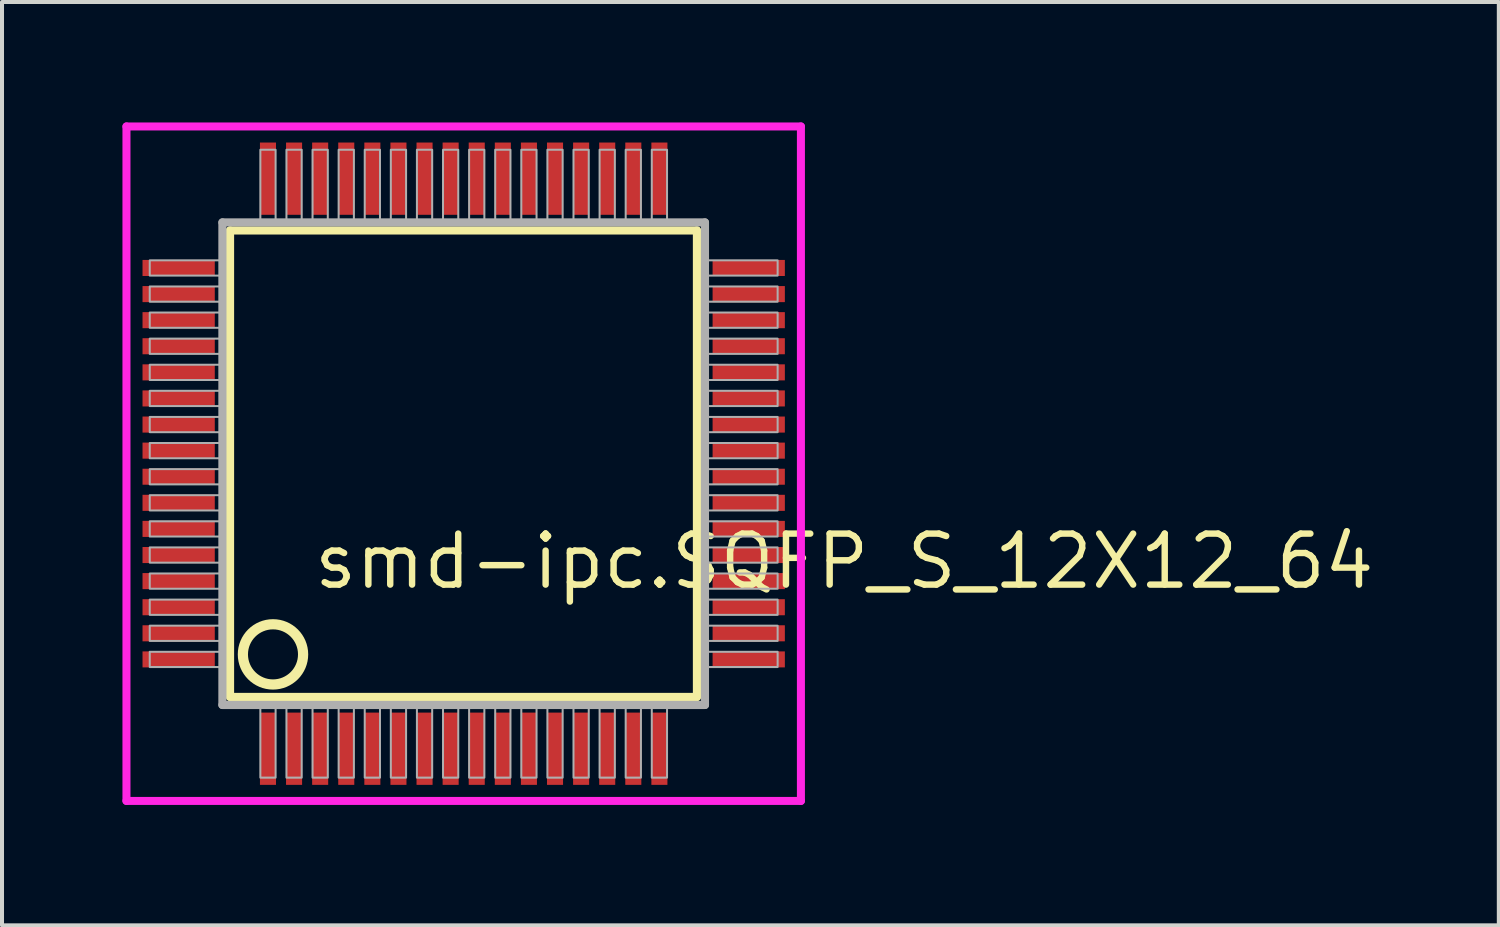
<source format=kicad_pcb>
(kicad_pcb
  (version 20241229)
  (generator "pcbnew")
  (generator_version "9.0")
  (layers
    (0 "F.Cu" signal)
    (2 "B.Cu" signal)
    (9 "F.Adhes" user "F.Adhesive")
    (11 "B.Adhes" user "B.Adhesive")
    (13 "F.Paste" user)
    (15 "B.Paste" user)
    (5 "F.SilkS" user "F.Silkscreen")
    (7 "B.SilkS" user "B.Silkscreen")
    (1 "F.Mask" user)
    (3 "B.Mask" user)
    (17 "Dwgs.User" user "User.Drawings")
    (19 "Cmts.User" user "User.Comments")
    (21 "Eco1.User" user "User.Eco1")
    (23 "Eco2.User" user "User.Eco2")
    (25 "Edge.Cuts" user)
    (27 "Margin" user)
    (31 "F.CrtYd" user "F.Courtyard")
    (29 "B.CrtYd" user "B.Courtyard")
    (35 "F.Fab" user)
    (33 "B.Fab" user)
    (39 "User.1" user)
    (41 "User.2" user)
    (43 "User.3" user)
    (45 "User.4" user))
  (footprint "smd-ipc.SQFP_S_12X12_64"
    (layer "F.Cu")
    (at 8.5 8.5)
    (property "Reference" "smd-ipc.SQFP_S_12X12_64" (at -3.81 3.175 0) (layer "F.SilkS") (effects (font (size 1.27 1.27) (thickness 0.16)) (justify left bottom)))
    (attr smd)
    (fp_line (start -5.82 -5.81) (end 5.81 -5.81) (stroke (width 0.203) (type default)) (layer "F.SilkS"))
    (fp_line (start -5.82 5.81) (end -5.82 -5.81) (stroke (width 0.203) (type default)) (layer "F.SilkS"))
    (fp_line (start 5.81 -5.81) (end 5.81 5.81) (stroke (width 0.203) (type default)) (layer "F.SilkS"))
    (fp_line (start 5.81 5.81) (end -5.82 5.81) (stroke (width 0.203) (type default)) (layer "F.SilkS"))
    (fp_circle (center -4.75 4.75) (end -4 4.75) (stroke (width 0.254) (type default)) (fill no) (layer "F.SilkS"))
    (fp_line (start -8.4 -8.4) (end 8.4 -8.4) (stroke (width 0.2) (type default)) (layer "F.CrtYd"))
    (fp_line (start -8.4 8.4) (end -8.4 -8.4) (stroke (width 0.2) (type default)) (layer "F.CrtYd"))
    (fp_line (start 8.4 -8.4) (end 8.4 8.4) (stroke (width 0.2) (type default)) (layer "F.CrtYd"))
    (fp_line (start 8.4 8.4) (end -8.4 8.4) (stroke (width 0.2) (type default)) (layer "F.CrtYd"))
    (fp_line (start -6.01 -6.01) (end -6.01 6.01) (stroke (width 0.203) (type default)) (layer "F.Fab"))
    (fp_line (start -6.01 6.01) (end 6.01 6.01) (stroke (width 0.203) (type default)) (layer "F.Fab"))
    (fp_line (start 6.01 -6.01) (end -6.01 -6.01) (stroke (width 0.203) (type default)) (layer "F.Fab"))
    (fp_line (start 6.01 6.01) (end 6.01 -6.01) (stroke (width 0.203) (type default)) (layer "F.Fab"))
    (fp_rect (start -7.82 -4.685) (end -6.05 -5.065) (stroke (width 0.05) (type default)) (fill no) (layer "F.Fab"))
    (fp_rect (start -7.82 -4.035) (end -6.05 -4.415) (stroke (width 0.05) (type default)) (fill no) (layer "F.Fab"))
    (fp_rect (start -7.82 -3.385) (end -6.05 -3.765) (stroke (width 0.05) (type default)) (fill no) (layer "F.Fab"))
    (fp_rect (start -7.82 -2.735) (end -6.05 -3.115) (stroke (width 0.05) (type default)) (fill no) (layer "F.Fab"))
    (fp_rect (start -7.82 -2.085) (end -6.05 -2.465) (stroke (width 0.05) (type default)) (fill no) (layer "F.Fab"))
    (fp_rect (start -7.82 -1.435) (end -6.05 -1.815) (stroke (width 0.05) (type default)) (fill no) (layer "F.Fab"))
    (fp_rect (start -7.82 -0.785) (end -6.05 -1.165) (stroke (width 0.05) (type default)) (fill no) (layer "F.Fab"))
    (fp_rect (start -7.82 -0.135) (end -6.05 -0.515) (stroke (width 0.05) (type default)) (fill no) (layer "F.Fab"))
    (fp_rect (start -7.82 0.515) (end -6.05 0.135) (stroke (width 0.05) (type default)) (fill no) (layer "F.Fab"))
    (fp_rect (start -7.82 1.165) (end -6.05 0.785) (stroke (width 0.05) (type default)) (fill no) (layer "F.Fab"))
    (fp_rect (start -7.82 1.815) (end -6.05 1.435) (stroke (width 0.05) (type default)) (fill no) (layer "F.Fab"))
    (fp_rect (start -7.82 2.465) (end -6.05 2.085) (stroke (width 0.05) (type default)) (fill no) (layer "F.Fab"))
    (fp_rect (start -7.82 3.115) (end -6.05 2.735) (stroke (width 0.05) (type default)) (fill no) (layer "F.Fab"))
    (fp_rect (start -7.82 3.765) (end -6.05 3.385) (stroke (width 0.05) (type default)) (fill no) (layer "F.Fab"))
    (fp_rect (start -7.82 4.415) (end -6.05 4.035) (stroke (width 0.05) (type default)) (fill no) (layer "F.Fab"))
    (fp_rect (start -7.82 5.065) (end -6.05 4.685) (stroke (width 0.05) (type default)) (fill no) (layer "F.Fab"))
    (fp_rect (start -5.065 -6.05) (end -4.685 -7.82) (stroke (width 0.05) (type default)) (fill no) (layer "F.Fab"))
    (fp_rect (start -5.065 7.82) (end -4.685 6.05) (stroke (width 0.05) (type default)) (fill no) (layer "F.Fab"))
    (fp_rect (start -4.415 -6.05) (end -4.035 -7.82) (stroke (width 0.05) (type default)) (fill no) (layer "F.Fab"))
    (fp_rect (start -4.415 7.82) (end -4.035 6.05) (stroke (width 0.05) (type default)) (fill no) (layer "F.Fab"))
    (fp_rect (start -3.765 -6.05) (end -3.385 -7.82) (stroke (width 0.05) (type default)) (fill no) (layer "F.Fab"))
    (fp_rect (start -3.765 7.82) (end -3.385 6.05) (stroke (width 0.05) (type default)) (fill no) (layer "F.Fab"))
    (fp_rect (start -3.115 -6.05) (end -2.735 -7.82) (stroke (width 0.05) (type default)) (fill no) (layer "F.Fab"))
    (fp_rect (start -3.115 7.82) (end -2.735 6.05) (stroke (width 0.05) (type default)) (fill no) (layer "F.Fab"))
    (fp_rect (start -2.465 -6.05) (end -2.085 -7.82) (stroke (width 0.05) (type default)) (fill no) (layer "F.Fab"))
    (fp_rect (start -2.465 7.82) (end -2.085 6.05) (stroke (width 0.05) (type default)) (fill no) (layer "F.Fab"))
    (fp_rect (start -1.815 -6.05) (end -1.435 -7.82) (stroke (width 0.05) (type default)) (fill no) (layer "F.Fab"))
    (fp_rect (start -1.815 7.82) (end -1.435 6.05) (stroke (width 0.05) (type default)) (fill no) (layer "F.Fab"))
    (fp_rect (start -1.165 -6.05) (end -0.785 -7.82) (stroke (width 0.05) (type default)) (fill no) (layer "F.Fab"))
    (fp_rect (start -1.165 7.82) (end -0.785 6.05) (stroke (width 0.05) (type default)) (fill no) (layer "F.Fab"))
    (fp_rect (start -0.515 -6.05) (end -0.135 -7.82) (stroke (width 0.05) (type default)) (fill no) (layer "F.Fab"))
    (fp_rect (start -0.515 7.82) (end -0.135 6.05) (stroke (width 0.05) (type default)) (fill no) (layer "F.Fab"))
    (fp_rect (start 0.135 -6.05) (end 0.515 -7.82) (stroke (width 0.05) (type default)) (fill no) (layer "F.Fab"))
    (fp_rect (start 0.135 7.82) (end 0.515 6.05) (stroke (width 0.05) (type default)) (fill no) (layer "F.Fab"))
    (fp_rect (start 0.785 -6.05) (end 1.165 -7.82) (stroke (width 0.05) (type default)) (fill no) (layer "F.Fab"))
    (fp_rect (start 0.785 7.82) (end 1.165 6.05) (stroke (width 0.05) (type default)) (fill no) (layer "F.Fab"))
    (fp_rect (start 1.435 -6.05) (end 1.815 -7.82) (stroke (width 0.05) (type default)) (fill no) (layer "F.Fab"))
    (fp_rect (start 1.435 7.82) (end 1.815 6.05) (stroke (width 0.05) (type default)) (fill no) (layer "F.Fab"))
    (fp_rect (start 2.085 -6.05) (end 2.465 -7.82) (stroke (width 0.05) (type default)) (fill no) (layer "F.Fab"))
    (fp_rect (start 2.085 7.82) (end 2.465 6.05) (stroke (width 0.05) (type default)) (fill no) (layer "F.Fab"))
    (fp_rect (start 2.735 -6.05) (end 3.115 -7.82) (stroke (width 0.05) (type default)) (fill no) (layer "F.Fab"))
    (fp_rect (start 2.735 7.82) (end 3.115 6.05) (stroke (width 0.05) (type default)) (fill no) (layer "F.Fab"))
    (fp_rect (start 3.385 -6.05) (end 3.765 -7.82) (stroke (width 0.05) (type default)) (fill no) (layer "F.Fab"))
    (fp_rect (start 3.385 7.82) (end 3.765 6.05) (stroke (width 0.05) (type default)) (fill no) (layer "F.Fab"))
    (fp_rect (start 4.035 -6.05) (end 4.415 -7.82) (stroke (width 0.05) (type default)) (fill no) (layer "F.Fab"))
    (fp_rect (start 4.035 7.82) (end 4.415 6.05) (stroke (width 0.05) (type default)) (fill no) (layer "F.Fab"))
    (fp_rect (start 4.685 -6.05) (end 5.065 -7.82) (stroke (width 0.05) (type default)) (fill no) (layer "F.Fab"))
    (fp_rect (start 4.685 7.82) (end 5.065 6.05) (stroke (width 0.05) (type default)) (fill no) (layer "F.Fab"))
    (fp_rect (start 6.05 -4.685) (end 7.82 -5.065) (stroke (width 0.05) (type default)) (fill no) (layer "F.Fab"))
    (fp_rect (start 6.05 -4.035) (end 7.82 -4.415) (stroke (width 0.05) (type default)) (fill no) (layer "F.Fab"))
    (fp_rect (start 6.05 -3.385) (end 7.82 -3.765) (stroke (width 0.05) (type default)) (fill no) (layer "F.Fab"))
    (fp_rect (start 6.05 -2.735) (end 7.82 -3.115) (stroke (width 0.05) (type default)) (fill no) (layer "F.Fab"))
    (fp_rect (start 6.05 -2.085) (end 7.82 -2.465) (stroke (width 0.05) (type default)) (fill no) (layer "F.Fab"))
    (fp_rect (start 6.05 -1.435) (end 7.82 -1.815) (stroke (width 0.05) (type default)) (fill no) (layer "F.Fab"))
    (fp_rect (start 6.05 -0.785) (end 7.82 -1.165) (stroke (width 0.05) (type default)) (fill no) (layer "F.Fab"))
    (fp_rect (start 6.05 -0.135) (end 7.82 -0.515) (stroke (width 0.05) (type default)) (fill no) (layer "F.Fab"))
    (fp_rect (start 6.05 0.515) (end 7.82 0.135) (stroke (width 0.05) (type default)) (fill no) (layer "F.Fab"))
    (fp_rect (start 6.05 1.165) (end 7.82 0.785) (stroke (width 0.05) (type default)) (fill no) (layer "F.Fab"))
    (fp_rect (start 6.05 1.815) (end 7.82 1.435) (stroke (width 0.05) (type default)) (fill no) (layer "F.Fab"))
    (fp_rect (start 6.05 2.465) (end 7.82 2.085) (stroke (width 0.05) (type default)) (fill no) (layer "F.Fab"))
    (fp_rect (start 6.05 3.115) (end 7.82 2.735) (stroke (width 0.05) (type default)) (fill no) (layer "F.Fab"))
    (fp_rect (start 6.05 3.765) (end 7.82 3.385) (stroke (width 0.05) (type default)) (fill no) (layer "F.Fab"))
    (fp_rect (start 6.05 4.415) (end 7.82 4.035) (stroke (width 0.05) (type default)) (fill no) (layer "F.Fab"))
    (fp_rect (start 6.05 5.065) (end 7.82 4.685) (stroke (width 0.05) (type default)) (fill no) (layer "F.Fab"))
    (pad "1" smd roundrect (at -4.875 7.1) (size 0.4 1.8) (layers "F.Cu" "F.Mask" "F.Paste") (roundrect_rratio 0.01))
    (pad "2" smd roundrect (at -4.225 7.1) (size 0.4 1.8) (layers "F.Cu" "F.Mask" "F.Paste") (roundrect_rratio 0.01))
    (pad "3" smd roundrect (at -3.575 7.1) (size 0.4 1.8) (layers "F.Cu" "F.Mask" "F.Paste") (roundrect_rratio 0.01))
    (pad "4" smd roundrect (at -2.925 7.1) (size 0.4 1.8) (layers "F.Cu" "F.Mask" "F.Paste") (roundrect_rratio 0.01))
    (pad "5" smd roundrect (at -2.275 7.1) (size 0.4 1.8) (layers "F.Cu" "F.Mask" "F.Paste") (roundrect_rratio 0.01))
    (pad "6" smd roundrect (at -1.625 7.1) (size 0.4 1.8) (layers "F.Cu" "F.Mask" "F.Paste") (roundrect_rratio 0.01))
    (pad "7" smd roundrect (at -0.975 7.1) (size 0.4 1.8) (layers "F.Cu" "F.Mask" "F.Paste") (roundrect_rratio 0.01))
    (pad "8" smd roundrect (at -0.325 7.1) (size 0.4 1.8) (layers "F.Cu" "F.Mask" "F.Paste") (roundrect_rratio 0.01))
    (pad "9" smd roundrect (at 0.325 7.1) (size 0.4 1.8) (layers "F.Cu" "F.Mask" "F.Paste") (roundrect_rratio 0.01))
    (pad "10" smd roundrect (at 0.975 7.1) (size 0.4 1.8) (layers "F.Cu" "F.Mask" "F.Paste") (roundrect_rratio 0.01))
    (pad "11" smd roundrect (at 1.625 7.1) (size 0.4 1.8) (layers "F.Cu" "F.Mask" "F.Paste") (roundrect_rratio 0.01))
    (pad "12" smd roundrect (at 2.275 7.1) (size 0.4 1.8) (layers "F.Cu" "F.Mask" "F.Paste") (roundrect_rratio 0.01))
    (pad "13" smd roundrect (at 2.925 7.1) (size 0.4 1.8) (layers "F.Cu" "F.Mask" "F.Paste") (roundrect_rratio 0.01))
    (pad "14" smd roundrect (at 3.575 7.1) (size 0.4 1.8) (layers "F.Cu" "F.Mask" "F.Paste") (roundrect_rratio 0.01))
    (pad "15" smd roundrect (at 4.225 7.1) (size 0.4 1.8) (layers "F.Cu" "F.Mask" "F.Paste") (roundrect_rratio 0.01))
    (pad "16" smd roundrect (at 4.875 7.1) (size 0.4 1.8) (layers "F.Cu" "F.Mask" "F.Paste") (roundrect_rratio 0.01))
    (pad "17" smd roundrect (at 7.1 4.875) (size 1.8 0.4) (layers "F.Cu" "F.Mask" "F.Paste") (roundrect_rratio 0.01))
    (pad "18" smd roundrect (at 7.1 4.225) (size 1.8 0.4) (layers "F.Cu" "F.Mask" "F.Paste") (roundrect_rratio 0.01))
    (pad "19" smd roundrect (at 7.1 3.575) (size 1.8 0.4) (layers "F.Cu" "F.Mask" "F.Paste") (roundrect_rratio 0.01))
    (pad "20" smd roundrect (at 7.1 2.925) (size 1.8 0.4) (layers "F.Cu" "F.Mask" "F.Paste") (roundrect_rratio 0.01))
    (pad "21" smd roundrect (at 7.1 2.275) (size 1.8 0.4) (layers "F.Cu" "F.Mask" "F.Paste") (roundrect_rratio 0.01))
    (pad "22" smd roundrect (at 7.1 1.625) (size 1.8 0.4) (layers "F.Cu" "F.Mask" "F.Paste") (roundrect_rratio 0.01))
    (pad "23" smd roundrect (at 7.1 0.975) (size 1.8 0.4) (layers "F.Cu" "F.Mask" "F.Paste") (roundrect_rratio 0.01))
    (pad "24" smd roundrect (at 7.1 0.325) (size 1.8 0.4) (layers "F.Cu" "F.Mask" "F.Paste") (roundrect_rratio 0.01))
    (pad "25" smd roundrect (at 7.1 -0.325) (size 1.8 0.4) (layers "F.Cu" "F.Mask" "F.Paste") (roundrect_rratio 0.01))
    (pad "26" smd roundrect (at 7.1 -0.975) (size 1.8 0.4) (layers "F.Cu" "F.Mask" "F.Paste") (roundrect_rratio 0.01))
    (pad "27" smd roundrect (at 7.1 -1.625) (size 1.8 0.4) (layers "F.Cu" "F.Mask" "F.Paste") (roundrect_rratio 0.01))
    (pad "28" smd roundrect (at 7.1 -2.275) (size 1.8 0.4) (layers "F.Cu" "F.Mask" "F.Paste") (roundrect_rratio 0.01))
    (pad "29" smd roundrect (at 7.1 -2.925) (size 1.8 0.4) (layers "F.Cu" "F.Mask" "F.Paste") (roundrect_rratio 0.01))
    (pad "30" smd roundrect (at 7.1 -3.575) (size 1.8 0.4) (layers "F.Cu" "F.Mask" "F.Paste") (roundrect_rratio 0.01))
    (pad "31" smd roundrect (at 7.1 -4.225) (size 1.8 0.4) (layers "F.Cu" "F.Mask" "F.Paste") (roundrect_rratio 0.01))
    (pad "32" smd roundrect (at 7.1 -4.875) (size 1.8 0.4) (layers "F.Cu" "F.Mask" "F.Paste") (roundrect_rratio 0.01))
    (pad "33" smd roundrect (at 4.875 -7.1) (size 0.4 1.8) (layers "F.Cu" "F.Mask" "F.Paste") (roundrect_rratio 0.01))
    (pad "34" smd roundrect (at 4.225 -7.1) (size 0.4 1.8) (layers "F.Cu" "F.Mask" "F.Paste") (roundrect_rratio 0.01))
    (pad "35" smd roundrect (at 3.575 -7.1) (size 0.4 1.8) (layers "F.Cu" "F.Mask" "F.Paste") (roundrect_rratio 0.01))
    (pad "36" smd roundrect (at 2.925 -7.1) (size 0.4 1.8) (layers "F.Cu" "F.Mask" "F.Paste") (roundrect_rratio 0.01))
    (pad "37" smd roundrect (at 2.275 -7.1) (size 0.4 1.8) (layers "F.Cu" "F.Mask" "F.Paste") (roundrect_rratio 0.01))
    (pad "38" smd roundrect (at 1.625 -7.1) (size 0.4 1.8) (layers "F.Cu" "F.Mask" "F.Paste") (roundrect_rratio 0.01))
    (pad "39" smd roundrect (at 0.975 -7.1) (size 0.4 1.8) (layers "F.Cu" "F.Mask" "F.Paste") (roundrect_rratio 0.01))
    (pad "40" smd roundrect (at 0.325 -7.1) (size 0.4 1.8) (layers "F.Cu" "F.Mask" "F.Paste") (roundrect_rratio 0.01))
    (pad "41" smd roundrect (at -0.325 -7.1) (size 0.4 1.8) (layers "F.Cu" "F.Mask" "F.Paste") (roundrect_rratio 0.01))
    (pad "42" smd roundrect (at -0.975 -7.1) (size 0.4 1.8) (layers "F.Cu" "F.Mask" "F.Paste") (roundrect_rratio 0.01))
    (pad "43" smd roundrect (at -1.625 -7.1) (size 0.4 1.8) (layers "F.Cu" "F.Mask" "F.Paste") (roundrect_rratio 0.01))
    (pad "44" smd roundrect (at -2.275 -7.1) (size 0.4 1.8) (layers "F.Cu" "F.Mask" "F.Paste") (roundrect_rratio 0.01))
    (pad "45" smd roundrect (at -2.925 -7.1) (size 0.4 1.8) (layers "F.Cu" "F.Mask" "F.Paste") (roundrect_rratio 0.01))
    (pad "46" smd roundrect (at -3.575 -7.1) (size 0.4 1.8) (layers "F.Cu" "F.Mask" "F.Paste") (roundrect_rratio 0.01))
    (pad "47" smd roundrect (at -4.225 -7.1) (size 0.4 1.8) (layers "F.Cu" "F.Mask" "F.Paste") (roundrect_rratio 0.01))
    (pad "48" smd roundrect (at -4.875 -7.1) (size 0.4 1.8) (layers "F.Cu" "F.Mask" "F.Paste") (roundrect_rratio 0.01))
    (pad "49" smd roundrect (at -7.1 -4.875) (size 1.8 0.4) (layers "F.Cu" "F.Mask" "F.Paste") (roundrect_rratio 0.01))
    (pad "50" smd roundrect (at -7.1 -4.225) (size 1.8 0.4) (layers "F.Cu" "F.Mask" "F.Paste") (roundrect_rratio 0.01))
    (pad "51" smd roundrect (at -7.1 -3.575) (size 1.8 0.4) (layers "F.Cu" "F.Mask" "F.Paste") (roundrect_rratio 0.01))
    (pad "52" smd roundrect (at -7.1 -2.925) (size 1.8 0.4) (layers "F.Cu" "F.Mask" "F.Paste") (roundrect_rratio 0.01))
    (pad "53" smd roundrect (at -7.1 -2.275) (size 1.8 0.4) (layers "F.Cu" "F.Mask" "F.Paste") (roundrect_rratio 0.01))
    (pad "54" smd roundrect (at -7.1 -1.625) (size 1.8 0.4) (layers "F.Cu" "F.Mask" "F.Paste") (roundrect_rratio 0.01))
    (pad "55" smd roundrect (at -7.1 -0.975) (size 1.8 0.4) (layers "F.Cu" "F.Mask" "F.Paste") (roundrect_rratio 0.01))
    (pad "56" smd roundrect (at -7.1 -0.325) (size 1.8 0.4) (layers "F.Cu" "F.Mask" "F.Paste") (roundrect_rratio 0.01))
    (pad "57" smd roundrect (at -7.1 0.325) (size 1.8 0.4) (layers "F.Cu" "F.Mask" "F.Paste") (roundrect_rratio 0.01))
    (pad "58" smd roundrect (at -7.1 0.975) (size 1.8 0.4) (layers "F.Cu" "F.Mask" "F.Paste") (roundrect_rratio 0.01))
    (pad "59" smd roundrect (at -7.1 1.625) (size 1.8 0.4) (layers "F.Cu" "F.Mask" "F.Paste") (roundrect_rratio 0.01))
    (pad "60" smd roundrect (at -7.1 2.275) (size 1.8 0.4) (layers "F.Cu" "F.Mask" "F.Paste") (roundrect_rratio 0.01))
    (pad "61" smd roundrect (at -7.1 2.925) (size 1.8 0.4) (layers "F.Cu" "F.Mask" "F.Paste") (roundrect_rratio 0.01))
    (pad "62" smd roundrect (at -7.1 3.575) (size 1.8 0.4) (layers "F.Cu" "F.Mask" "F.Paste") (roundrect_rratio 0.01))
    (pad "63" smd roundrect (at -7.1 4.225) (size 1.8 0.4) (layers "F.Cu" "F.Mask" "F.Paste") (roundrect_rratio 0.01))
    (pad "64" smd roundrect (at -7.1 4.875) (size 1.8 0.4) (layers "F.Cu" "F.Mask" "F.Paste") (roundrect_rratio 0.01)))
  (gr_rect
    (start -3 -3)
    (end 34.284 20)
    (stroke (width 0.1) (type default))
    (fill no)
    (layer "Edge.Cuts")))
</source>
